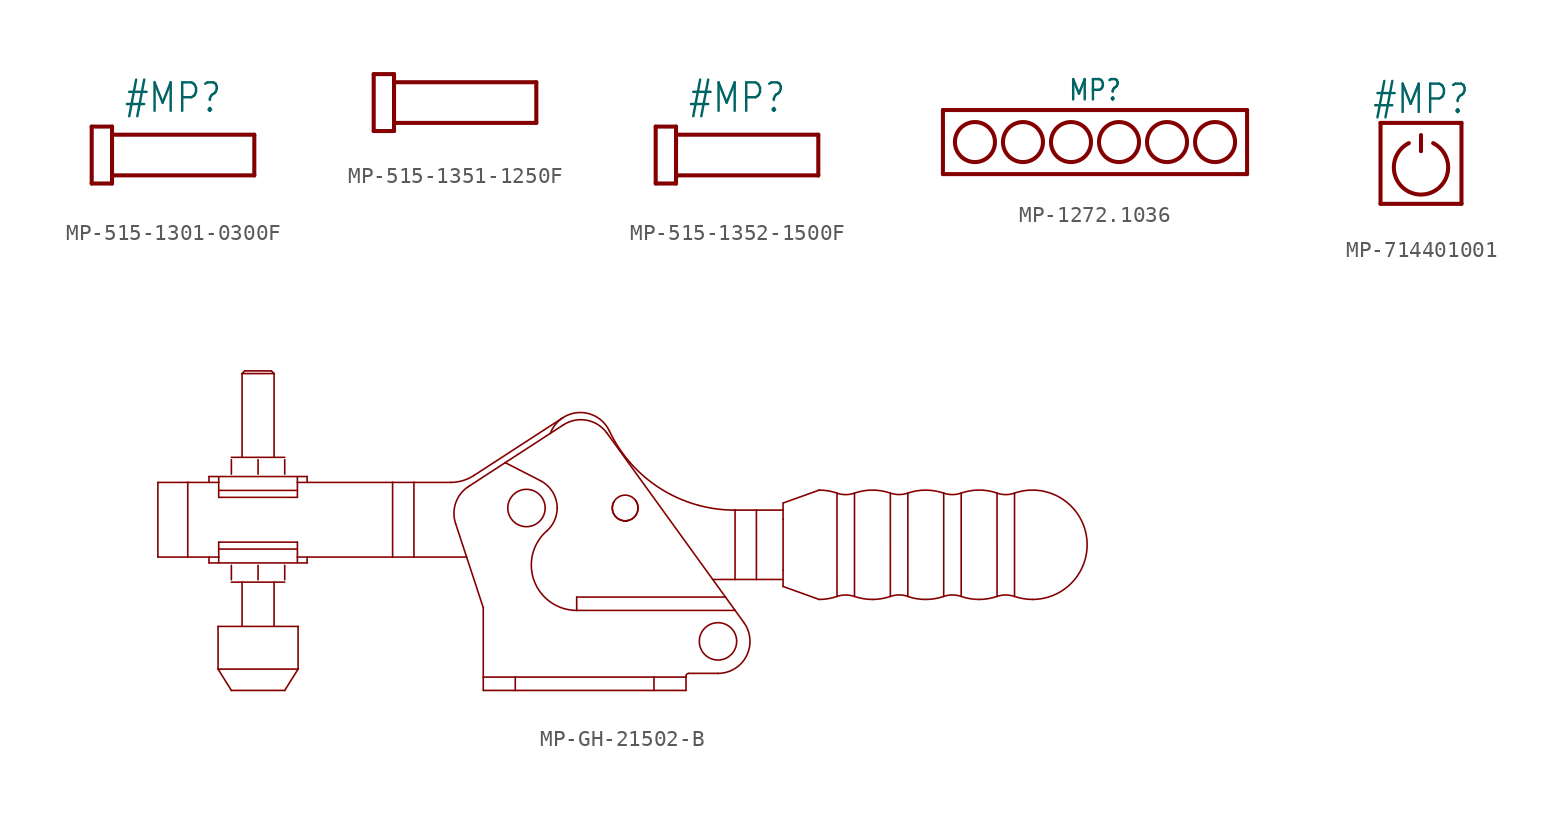
<source format=kicad_sym>
(kicad_symbol_lib
  (version 20231120)
  (generator "kicad_symbol_editor")
  (generator_version "8.0")
  (symbol "MP-515-1301-0300F"
    (property "Reference" "#MP"
      (at 0 2.54 0)
      (effects (font (size 1.778 1.511)) (justify bottom)))
    (property "Value" ""
      (at 0 -2.54 0)
      (effects (font (size 1.778 1.511)) (justify top)))
    (property "ki_locked" ""
      (at 0 0 0)
      (effects (font (size 1.27 1.27))))
    (symbol "MP-515-1301-0300F_1_0"
      (polyline (pts (xy -5.08 -1.778) (xy -5.08 1.778)) (stroke (width 0.254) (type solid)) (fill (type none)))
      (polyline (pts (xy -5.08 -1.778) (xy -3.81 -1.778)) (stroke (width 0.254) (type solid)) (fill (type none)))
      (polyline (pts (xy -3.81 -1.778) (xy -3.81 -1.27)) (stroke (width 0.254) (type solid)) (fill (type none)))
      (polyline (pts (xy -3.81 -1.27) (xy 5.08 -1.27)) (stroke (width 0.254) (type solid)) (fill (type none)))
      (polyline (pts (xy -3.81 1.27) (xy -3.81 -1.27)) (stroke (width 0.254) (type solid)) (fill (type none)))
      (polyline (pts (xy -3.81 1.27) (xy -3.81 1.778)) (stroke (width 0.254) (type solid)) (fill (type none)))
      (polyline (pts (xy -3.81 1.778) (xy -5.08 1.778)) (stroke (width 0.254) (type solid)) (fill (type none)))
      (polyline (pts (xy 5.08 -1.27) (xy 5.08 1.27)) (stroke (width 0.254) (type solid)) (fill (type none)))
      (polyline (pts (xy 5.08 1.27) (xy -3.81 1.27)) (stroke (width 0.254) (type solid)) (fill (type none)))))
  (symbol "MP-515-1351-1250F"
    (property "Reference" ""
      (at 0 2.54 0)
      (effects (font (size 1.778 1.511)) (justify bottom) (hide yes)))
    (property "Value" ""
      (at 0 -2.54 0)
      (effects (font (size 1.778 1.511)) (justify top)))
    (property "ki_locked" ""
      (at 0 0 0)
      (effects (font (size 1.27 1.27))))
    (symbol "MP-515-1351-1250F_1_0"
      (polyline (pts (xy -5.08 -1.778) (xy -5.08 1.778)) (stroke (width 0.254) (type solid)) (fill (type none)))
      (polyline (pts (xy -5.08 -1.778) (xy -3.81 -1.778)) (stroke (width 0.254) (type solid)) (fill (type none)))
      (polyline (pts (xy -3.81 -1.778) (xy -3.81 -1.27)) (stroke (width 0.254) (type solid)) (fill (type none)))
      (polyline (pts (xy -3.81 -1.27) (xy 5.08 -1.27)) (stroke (width 0.254) (type solid)) (fill (type none)))
      (polyline (pts (xy -3.81 1.27) (xy -3.81 -1.27)) (stroke (width 0.254) (type solid)) (fill (type none)))
      (polyline (pts (xy -3.81 1.27) (xy -3.81 1.778)) (stroke (width 0.254) (type solid)) (fill (type none)))
      (polyline (pts (xy -3.81 1.778) (xy -5.08 1.778)) (stroke (width 0.254) (type solid)) (fill (type none)))
      (polyline (pts (xy 5.08 -1.27) (xy 5.08 1.27)) (stroke (width 0.254) (type solid)) (fill (type none)))
      (polyline (pts (xy 5.08 1.27) (xy -3.81 1.27)) (stroke (width 0.254) (type solid)) (fill (type none)))))
  (symbol "MP-515-1352-1500F"
    (property "Reference" "#MP"
      (at 0 2.54 0)
      (effects (font (size 1.778 1.511)) (justify bottom)))
    (property "Value" ""
      (at 0 -2.54 0)
      (effects (font (size 1.778 1.511)) (justify top)))
    (property "ki_locked" ""
      (at 0 0 0)
      (effects (font (size 1.27 1.27))))
    (symbol "MP-515-1352-1500F_1_0"
      (polyline (pts (xy -5.08 -1.778) (xy -5.08 1.778)) (stroke (width 0.254) (type solid)) (fill (type none)))
      (polyline (pts (xy -5.08 -1.778) (xy -3.81 -1.778)) (stroke (width 0.254) (type solid)) (fill (type none)))
      (polyline (pts (xy -3.81 -1.778) (xy -3.81 -1.27)) (stroke (width 0.254) (type solid)) (fill (type none)))
      (polyline (pts (xy -3.81 -1.27) (xy 5.08 -1.27)) (stroke (width 0.254) (type solid)) (fill (type none)))
      (polyline (pts (xy -3.81 1.27) (xy -3.81 -1.27)) (stroke (width 0.254) (type solid)) (fill (type none)))
      (polyline (pts (xy -3.81 1.27) (xy -3.81 1.778)) (stroke (width 0.254) (type solid)) (fill (type none)))
      (polyline (pts (xy -3.81 1.778) (xy -5.08 1.778)) (stroke (width 0.254) (type solid)) (fill (type none)))
      (polyline (pts (xy 5.08 -1.27) (xy 5.08 1.27)) (stroke (width 0.254) (type solid)) (fill (type none)))
      (polyline (pts (xy 5.08 1.27) (xy -3.81 1.27)) (stroke (width 0.254) (type solid)) (fill (type none)))))
  (symbol "MP-1272.1036"
    (property "Reference" "MP"
      (at 0 2.5 0)
      (effects (font (size 1.27 1.079)) (justify bottom)))
    (property "Value" ""
      (at 0 -2.5 0)
      (effects (font (size 1.27 1.079)) (justify top)))
    (property "ki_locked" ""
      (at 0 0 0)
      (effects (font (size 1.27 1.27))))
    (symbol "MP-1272.1036_1_0"
      (circle (center -7.5 0) (radius 1.25) (stroke (width 0.254) (type solid)) (fill (type none)))
      (circle (center -4.5 0) (radius 1.25) (stroke (width 0.254) (type solid)) (fill (type none)))
      (circle (center -1.5 0) (radius 1.25) (stroke (width 0.254) (type solid)) (fill (type none)))
      (polyline (pts (xy -9.5 -2) (xy -9.5 2)) (stroke (width 0.254) (type solid)) (fill (type none)))
      (polyline (pts (xy -9.5 2) (xy 9.5 2)) (stroke (width 0.254) (type solid)) (fill (type none)))
      (polyline (pts (xy 9.5 -2) (xy -9.5 -2)) (stroke (width 0.254) (type solid)) (fill (type none)))
      (polyline (pts (xy 9.5 2) (xy 9.5 -2)) (stroke (width 0.254) (type solid)) (fill (type none)))
      (circle (center 1.5 0) (radius 1.25) (stroke (width 0.254) (type solid)) (fill (type none)))
      (circle (center 4.5 0) (radius 1.25) (stroke (width 0.254) (type solid)) (fill (type none)))
      (circle (center 7.5 0) (radius 1.25) (stroke (width 0.254) (type solid)) (fill (type none)))))
  (symbol "MP-714401001"
    (property "Reference" "#MP"
      (at 0 3 0)
      (effects (font (size 1.778 1.511)) (justify bottom)))
    (property "Value" ""
      (at 0 -3 0)
      (effects (font (size 1.778 1.511)) (justify top)))
    (property "ki_locked" ""
      (at 0 0 0)
      (effects (font (size 1.27 1.27))))
    (symbol "MP-714401001_1_0"
      (arc (start -0.762 1.27) (mid 0 -1.9579) (end 0.762 1.27) (stroke (width 0.254) (type solid)) (fill (type none)))
      (polyline (pts (xy -2.54 -2.54) (xy 2.54 -2.54)) (stroke (width 0.254) (type solid)) (fill (type none)))
      (polyline (pts (xy -2.54 2.54) (xy -2.54 -2.54)) (stroke (width 0.254) (type solid)) (fill (type none)))
      (polyline (pts (xy 0 1.778) (xy 0 0.762)) (stroke (width 0.254) (type solid)) (fill (type none)))
      (polyline (pts (xy 2.54 -2.54) (xy 2.54 2.54)) (stroke (width 0.254) (type solid)) (fill (type none)))
      (polyline (pts (xy 2.54 2.54) (xy -2.54 2.54)) (stroke (width 0.254) (type solid)) (fill (type none)))))
  (symbol "MP-GH-21502-B"
    (property "Reference" "MP"
      (at 0 0 0)
      (effects (font (size 1.27 1.27)) (hide yes)))
    (property "ki_locked" ""
      (at 0 0 0)
      (effects (font (size 1.27 1.27))))
    (symbol "MP-GH-21502-B_1_0"
      (arc (start -9.0965 4.3844) (mid -8.3391 4.4942) (end -7.6441 4.8146) (stroke (width 0.1016) (type solid)) (fill (type none)))
      (arc (start -7.9793 4.1284) (mid -8.7764 3.1155) (end -8.7901 1.8267) (stroke (width 0.1016) (type solid)) (fill (type none)))
      (circle (center -4.357 2.784) (radius 1.167) (stroke (width 0.102) (type solid)) (fill (type none)))
      (arc (start -3.0909 1.3452) (mid -2.6104 1.9946) (end -2.4401 2.7843) (stroke (width 0.1016) (type solid)) (fill (type none)))
      (arc (start -3.0909 1.3452) (mid -3.8705 -1.7823) (end -1.2195 -3.6155) (stroke (width 0.1016) (type solid)) (fill (type none)))
      (arc (start -2.4401 2.7844) (mid -2.7217 3.7844) (end -3.4836 4.4906) (stroke (width 0.1016) (type solid)) (fill (type none)))
      (polyline (pts (xy -27.39 4.384) (xy -27.39 -0.282)) (stroke (width 0.102) (type solid)) (fill (type none)))
      (polyline (pts (xy -27.39 4.384) (xy -25.523 4.384)) (stroke (width 0.102) (type solid)) (fill (type none)))
      (polyline (pts (xy -25.523 -0.282) (xy -27.39 -0.282)) (stroke (width 0.102) (type solid)) (fill (type none)))
      (polyline (pts (xy -25.523 -0.282) (xy -25.523 4.384)) (stroke (width 0.102) (type solid)) (fill (type none)))
      (polyline (pts (xy -25.523 4.384) (xy -23.589 4.384)) (stroke (width 0.102) (type solid)) (fill (type none)))
      (polyline (pts (xy -24.197 -0.282) (xy -24.197 -0.649)) (stroke (width 0.102) (type solid)) (fill (type none)))
      (polyline (pts (xy -24.197 4.751) (xy -24.197 4.384)) (stroke (width 0.102) (type solid)) (fill (type none)))
      (polyline (pts (xy -24.197 4.751) (xy -18.064 4.751)) (stroke (width 0.102) (type solid)) (fill (type none)))
      (polyline (pts (xy -23.63 -7.282) (xy -22.797 -8.616)) (stroke (width 0.102) (type solid)) (fill (type none)))
      (polyline (pts (xy -23.63 -7.282) (xy -18.63 -7.282)) (stroke (width 0.102) (type solid)) (fill (type none)))
      (polyline (pts (xy -23.63 -4.615) (xy -23.63 -7.282)) (stroke (width 0.102) (type solid)) (fill (type none)))
      (polyline (pts (xy -23.63 -4.615) (xy -18.63 -4.615)) (stroke (width 0.102) (type solid)) (fill (type none)))
      (polyline (pts (xy -23.589 -0.633) (xy -23.589 -0.282)) (stroke (width 0.102) (type solid)) (fill (type none)))
      (polyline (pts (xy -23.589 -0.282) (xy -25.523 -0.282)) (stroke (width 0.102) (type solid)) (fill (type none)))
      (polyline (pts (xy -23.589 -0.282) (xy -23.589 0.218)) (stroke (width 0.102) (type solid)) (fill (type none)))
      (polyline (pts (xy -23.589 0.218) (xy -23.589 0.651)) (stroke (width 0.102) (type solid)) (fill (type none)))
      (polyline (pts (xy -23.589 0.218) (xy -18.672 0.218)) (stroke (width 0.102) (type solid)) (fill (type none)))
      (polyline (pts (xy -23.589 3.451) (xy -23.589 3.884)) (stroke (width 0.102) (type solid)) (fill (type none)))
      (polyline (pts (xy -23.589 3.451) (xy -18.672 3.451)) (stroke (width 0.102) (type solid)) (fill (type none)))
      (polyline (pts (xy -23.589 3.884) (xy -23.589 4.384)) (stroke (width 0.102) (type solid)) (fill (type none)))
      (polyline (pts (xy -23.589 4.384) (xy -23.589 4.735)) (stroke (width 0.102) (type solid)) (fill (type none)))
      (polyline (pts (xy -22.797 -8.616) (xy -19.464 -8.616)) (stroke (width 0.102) (type solid)) (fill (type none)))
      (polyline (pts (xy -22.797 -0.798) (xy -22.797 -1.7)) (stroke (width 0.102) (type solid)) (fill (type none)))
      (polyline (pts (xy -22.797 5.802) (xy -22.797 4.9)) (stroke (width 0.102) (type solid)) (fill (type none)))
      (polyline (pts (xy -22.13 -1.849) (xy -22.13 -4.615)) (stroke (width 0.102) (type solid)) (fill (type none)))
      (polyline (pts (xy -22.13 11.184) (xy -22.13 5.951)) (stroke (width 0.102) (type solid)) (fill (type none)))
      (polyline (pts (xy -21.964 11.351) (xy -22.13 11.184)) (stroke (width 0.102) (type solid)) (fill (type none)))
      (polyline (pts (xy -21.964 11.351) (xy -20.297 11.351)) (stroke (width 0.102) (type solid)) (fill (type none)))
      (polyline (pts (xy -21.13 -0.798) (xy -21.13 -1.7)) (stroke (width 0.102) (type solid)) (fill (type none)))
      (polyline (pts (xy -21.13 5.802) (xy -21.13 4.9)) (stroke (width 0.102) (type solid)) (fill (type none)))
      (polyline (pts (xy -20.13 -4.615) (xy -20.13 -1.849)) (stroke (width 0.102) (type solid)) (fill (type none)))
      (polyline (pts (xy -20.13 5.951) (xy -20.13 11.184)) (stroke (width 0.102) (type solid)) (fill (type none)))
      (polyline (pts (xy -20.13 11.184) (xy -22.13 11.184)) (stroke (width 0.102) (type solid)) (fill (type none)))
      (polyline (pts (xy -20.13 11.184) (xy -20.297 11.351)) (stroke (width 0.102) (type solid)) (fill (type none)))
      (polyline (pts (xy -19.464 -8.616) (xy -18.63 -7.282)) (stroke (width 0.102) (type solid)) (fill (type none)))
      (polyline (pts (xy -19.464 -1.849) (xy -22.797 -1.849)) (stroke (width 0.102) (type solid)) (fill (type none)))
      (polyline (pts (xy -19.464 -1.7) (xy -19.464 -0.798)) (stroke (width 0.102) (type solid)) (fill (type none)))
      (polyline (pts (xy -19.464 4.9) (xy -19.464 5.802)) (stroke (width 0.102) (type solid)) (fill (type none)))
      (polyline (pts (xy -19.464 5.951) (xy -22.797 5.951)) (stroke (width 0.102) (type solid)) (fill (type none)))
      (polyline (pts (xy -18.672 -0.282) (xy -18.672 -0.633)) (stroke (width 0.102) (type solid)) (fill (type none)))
      (polyline (pts (xy -18.672 0.218) (xy -18.672 -0.282)) (stroke (width 0.102) (type solid)) (fill (type none)))
      (polyline (pts (xy -18.672 0.651) (xy -23.589 0.651)) (stroke (width 0.102) (type solid)) (fill (type none)))
      (polyline (pts (xy -18.672 0.651) (xy -18.672 0.218)) (stroke (width 0.102) (type solid)) (fill (type none)))
      (polyline (pts (xy -18.672 3.884) (xy -23.589 3.884)) (stroke (width 0.102) (type solid)) (fill (type none)))
      (polyline (pts (xy -18.672 3.884) (xy -18.672 3.451)) (stroke (width 0.102) (type solid)) (fill (type none)))
      (polyline (pts (xy -18.672 4.384) (xy -18.672 3.884)) (stroke (width 0.102) (type solid)) (fill (type none)))
      (polyline (pts (xy -18.672 4.384) (xy -12.723 4.384)) (stroke (width 0.102) (type solid)) (fill (type none)))
      (polyline (pts (xy -18.672 4.735) (xy -18.672 4.384)) (stroke (width 0.102) (type solid)) (fill (type none)))
      (polyline (pts (xy -18.63 -7.282) (xy -18.63 -4.615)) (stroke (width 0.102) (type solid)) (fill (type none)))
      (polyline (pts (xy -18.064 -0.649) (xy -24.197 -0.649)) (stroke (width 0.102) (type solid)) (fill (type none)))
      (polyline (pts (xy -18.064 -0.649) (xy -18.064 -0.282)) (stroke (width 0.102) (type solid)) (fill (type none)))
      (polyline (pts (xy -18.064 4.384) (xy -18.064 4.751)) (stroke (width 0.102) (type solid)) (fill (type none)))
      (polyline (pts (xy -12.723 -0.282) (xy -18.672 -0.282)) (stroke (width 0.102) (type solid)) (fill (type none)))
      (polyline (pts (xy -12.723 -0.282) (xy -12.723 4.384)) (stroke (width 0.102) (type solid)) (fill (type none)))
      (polyline (pts (xy -12.723 4.384) (xy -11.39 4.384)) (stroke (width 0.102) (type solid)) (fill (type none)))
      (polyline (pts (xy -11.39 -0.282) (xy -12.723 -0.282)) (stroke (width 0.102) (type solid)) (fill (type none)))
      (polyline (pts (xy -11.39 -0.282) (xy -11.39 4.384)) (stroke (width 0.102) (type solid)) (fill (type none)))
      (polyline (pts (xy -11.39 4.384) (xy -9.097 4.384)) (stroke (width 0.102) (type solid)) (fill (type none)))
      (polyline (pts (xy -8.79 1.827) (xy -7.057 -3.449)) (stroke (width 0.102) (type solid)) (fill (type none)))
      (polyline (pts (xy -8.097 -0.282) (xy -11.39 -0.282)) (stroke (width 0.102) (type solid)) (fill (type none)))
      (polyline (pts (xy -7.644 4.815) (xy -2.079 8.428)) (stroke (width 0.102) (type solid)) (fill (type none)))
      (polyline (pts (xy -7.057 -8.616) (xy -5.057 -8.616)) (stroke (width 0.102) (type solid)) (fill (type none)))
      (polyline (pts (xy -7.057 -7.782) (xy -7.057 -8.616)) (stroke (width 0.102) (type solid)) (fill (type none)))
      (polyline (pts (xy -7.057 -3.449) (xy -7.057 -7.782)) (stroke (width 0.102) (type solid)) (fill (type none)))
      (polyline (pts (xy -5.686 5.618) (xy -7.979 4.128)) (stroke (width 0.102) (type solid)) (fill (type none)))
      (polyline (pts (xy -5.686 5.618) (xy -3.483 4.491)) (stroke (width 0.102) (type solid)) (fill (type none)))
      (polyline (pts (xy -5.057 -8.616) (xy 3.61 -8.616)) (stroke (width 0.102) (type solid)) (fill (type none)))
      (polyline (pts (xy -5.057 -7.782) (xy -7.057 -7.782)) (stroke (width 0.102) (type solid)) (fill (type none)))
      (polyline (pts (xy -5.057 -7.782) (xy -5.057 -8.616)) (stroke (width 0.102) (type solid)) (fill (type none)))
      (polyline (pts (xy -4.88 6.141) (xy -5.686 5.618)) (stroke (width 0.102) (type solid)) (fill (type none)))
      (polyline (pts (xy -2.046 7.982) (xy -4.88 6.141)) (stroke (width 0.102) (type solid)) (fill (type none)))
      (polyline (pts (xy -1.22 -3.615) (xy -1.22 -2.782)) (stroke (width 0.102) (type solid)) (fill (type none)))
      (polyline (pts (xy -1.22 -3.615) (xy 8.68 -3.615)) (stroke (width 0.102) (type solid)) (fill (type none)))
      (polyline (pts (xy -1.22 -2.782) (xy 8.078 -2.782)) (stroke (width 0.102) (type solid)) (fill (type none)))
      (polyline (pts (xy 1.715 1.985) (xy 1.81 1.98)) (stroke (width 0.102) (type solid)) (fill (type none)))
      (polyline (pts (xy 1.81 1.98) (xy 1.942 1.991)) (stroke (width 0.102) (type solid)) (fill (type none)))
      (polyline (pts (xy 1.942 1.991) (xy 1.715 1.985)) (stroke (width 0.102) (type solid)) (fill (type none)))
      (polyline (pts (xy 3.61 -8.616) (xy 3.61 -7.782)) (stroke (width 0.102) (type solid)) (fill (type none)))
      (polyline (pts (xy 3.61 -8.616) (xy 5.61 -8.616)) (stroke (width 0.102) (type solid)) (fill (type none)))
      (polyline (pts (xy 3.61 -7.782) (xy -5.057 -7.782)) (stroke (width 0.102) (type solid)) (fill (type none)))
      (polyline (pts (xy 5.61 -8.616) (xy 5.61 -7.782)) (stroke (width 0.102) (type solid)) (fill (type none)))
      (polyline (pts (xy 5.61 -7.782) (xy 3.61 -7.782)) (stroke (width 0.102) (type solid)) (fill (type none)))
      (polyline (pts (xy 5.61 -7.782) (xy 5.61 -7.715)) (stroke (width 0.102) (type solid)) (fill (type none)))
      (polyline (pts (xy 5.777 -7.549) (xy 7.61 -7.549)) (stroke (width 0.102) (type solid)) (fill (type none)))
      (polyline (pts (xy 8.078 -2.782) (xy 0.664 7.476)) (stroke (width 0.102) (type solid)) (fill (type none)))
      (polyline (pts (xy 8.65 2.652) (xy 8.677 2.652)) (stroke (width 0.102) (type solid)) (fill (type none)))
      (polyline (pts (xy 8.677 2.652) (xy 10.01 2.652)) (stroke (width 0.102) (type solid)) (fill (type none)))
      (polyline (pts (xy 8.677 -1.681) (xy 7.282 -1.681)) (stroke (width 0.102) (type solid)) (fill (type none)))
      (polyline (pts (xy 8.677 -1.681) (xy 8.677 2.652)) (stroke (width 0.102) (type solid)) (fill (type none)))
      (polyline (pts (xy 8.68 -3.615) (xy 8.078 -2.782)) (stroke (width 0.102) (type solid)) (fill (type none)))
      (polyline (pts (xy 9.231 -4.377) (xy 8.68 -3.615)) (stroke (width 0.102) (type solid)) (fill (type none)))
      (polyline (pts (xy 10.01 2.652) (xy 11.677 2.652)) (stroke (width 0.102) (type solid)) (fill (type none)))
      (polyline (pts (xy 10.011 -1.681) (xy 8.677 -1.681)) (stroke (width 0.102) (type solid)) (fill (type none)))
      (polyline (pts (xy 10.011 -1.681) (xy 10.01 2.652)) (stroke (width 0.102) (type solid)) (fill (type none)))
      (polyline (pts (xy 11.677 2.086) (xy 11.677 -1.114)) (stroke (width 0.102) (type solid)) (fill (type none)))
      (polyline (pts (xy 11.677 2.652) (xy 11.677 2.086)) (stroke (width 0.102) (type solid)) (fill (type none)))
      (polyline (pts (xy 11.677 3.086) (xy 11.677 2.652)) (stroke (width 0.102) (type solid)) (fill (type none)))
      (polyline (pts (xy 11.677 -1.681) (xy 10.011 -1.681)) (stroke (width 0.102) (type solid)) (fill (type none)))
      (polyline (pts (xy 11.677 -1.681) (xy 11.677 -2.114)) (stroke (width 0.102) (type solid)) (fill (type none)))
      (polyline (pts (xy 11.677 -1.114) (xy 11.677 -1.681)) (stroke (width 0.102) (type solid)) (fill (type none)))
      (polyline (pts (xy 11.679 -2.121) (xy 13.927 -2.931)) (stroke (width 0.102) (type solid)) (fill (type none)))
      (polyline (pts (xy 11.684 3.099) (xy 13.927 3.901)) (stroke (width 0.102) (type solid)) (fill (type none)))
      (polyline (pts (xy 13.927 3.901) (xy 13.927 3.902)) (stroke (width 0.102) (type solid)) (fill (type none)))
      (polyline (pts (xy 15.048 -2.742) (xy 15.047 3.714)) (stroke (width 0.102) (type solid)) (fill (type none)))
      (polyline (pts (xy 16.14 3.714) (xy 16.14 -2.742)) (stroke (width 0.102) (type solid)) (fill (type none)))
      (polyline (pts (xy 18.381 -2.742) (xy 18.38 3.714)) (stroke (width 0.102) (type solid)) (fill (type none)))
      (polyline (pts (xy 19.473 3.714) (xy 19.474 -2.741)) (stroke (width 0.102) (type solid)) (fill (type none)))
      (polyline (pts (xy 21.714 -2.741) (xy 21.714 3.714)) (stroke (width 0.102) (type solid)) (fill (type none)))
      (polyline (pts (xy 22.807 3.714) (xy 22.807 -2.741)) (stroke (width 0.102) (type solid)) (fill (type none)))
      (polyline (pts (xy 25.048 -2.741) (xy 25.047 3.715)) (stroke (width 0.102) (type solid)) (fill (type none)))
      (polyline (pts (xy 26.14 3.715) (xy 26.14 -2.741)) (stroke (width 0.102) (type solid)) (fill (type none)))
      (arc (start 0.6642 7.4758) (mid -0.5899 8.2703) (end -2.0461 7.9815) (stroke (width 0.1016) (type solid)) (fill (type none)))
      (arc (start 0.8172 7.6075) (mid -1.0754 8.7492) (end -2.8638 7.4503) (stroke (width 0.1016) (type solid)) (fill (type none)))
      (arc (start 0.8172 7.6075) (mid 4.0154 3.9946) (end 8.6499 2.6519) (stroke (width 0.1016) (type solid)) (fill (type none)))
      (arc (start 1.1136 3.1902) (mid 1.8583 1.9824) (end 2.452 3.2712) (stroke (width 0.1016) (type solid)) (fill (type none)))
      (circle (center 1.81 2.784) (radius 0.805) (stroke (width 0.102) (type solid)) (fill (type none)))
      (arc (start 5.7765 -7.5488) (mid 5.6586 -7.5976) (end 5.6098 -7.7155) (stroke (width 0.1016) (type solid)) (fill (type none)))
      (arc (start 7.6099 -7.5488) (mid 9.3908 -6.459) (end 9.2309 -4.3773) (stroke (width 0.1016) (type solid)) (fill (type none)))
      (circle (center 7.61 -5.549) (radius 1.167) (stroke (width 0.102) (type solid)) (fill (type none)))
      (arc (start 13.9274 -2.9309) (mid 14.4954 -2.8833) (end 15.0476 -2.7419) (stroke (width 0.1016) (type solid)) (fill (type none)))
      (arc (start 15.047 3.7136) (mid 14.4948 3.8549) (end 13.9268 3.9024) (stroke (width 0.1016) (type solid)) (fill (type none)))
      (arc (start 15.047 3.7136) (mid 15.5935 3.6215) (end 16.1399 3.7137) (stroke (width 0.1016) (type solid)) (fill (type none)))
      (arc (start 16.1405 -2.7418) (mid 15.594 -2.6497) (end 15.0476 -2.7419) (stroke (width 0.1016) (type solid)) (fill (type none)))
      (arc (start 16.1405 -2.7418) (mid 16.6927 -2.8831) (end 17.2607 -2.9306) (stroke (width 0.1016) (type solid)) (fill (type none)))
      (arc (start 17.2607 -2.9306) (mid 17.8287 -2.883) (end 18.3809 -2.7416) (stroke (width 0.1016) (type solid)) (fill (type none)))
      (arc (start 18.3803 3.7139) (mid 17.26 3.9027) (end 16.1398 3.7137) (stroke (width 0.1016) (type solid)) (fill (type none)))
      (arc (start 18.3803 3.7139) (mid 18.9268 3.6218) (end 19.4732 3.714) (stroke (width 0.1016) (type solid)) (fill (type none)))
      (arc (start 19.4738 -2.7415) (mid 18.9273 -2.6494) (end 18.3809 -2.7416) (stroke (width 0.1016) (type solid)) (fill (type none)))
      (arc (start 19.4738 -2.7415) (mid 20.026 -2.8828) (end 20.594 -2.9303) (stroke (width 0.1016) (type solid)) (fill (type none)))
      (arc (start 20.594 -2.9303) (mid 21.162 -2.8827) (end 21.7142 -2.7413) (stroke (width 0.1016) (type solid)) (fill (type none)))
      (arc (start 21.7137 3.7142) (mid 20.5934 3.903) (end 19.4732 3.714) (stroke (width 0.1016) (type solid)) (fill (type none)))
      (arc (start 21.7137 3.7142) (mid 22.2602 3.6221) (end 22.8066 3.7143) (stroke (width 0.1016) (type solid)) (fill (type none)))
      (arc (start 22.8071 -2.7412) (mid 22.2606 -2.6491) (end 21.7142 -2.7413) (stroke (width 0.1016) (type solid)) (fill (type none)))
      (arc (start 22.8071 -2.7412) (mid 23.3593 -2.8825) (end 23.9274 -2.93) (stroke (width 0.1016) (type solid)) (fill (type none)))
      (arc (start 23.9274 -2.93) (mid 24.4954 -2.8824) (end 25.0476 -2.741) (stroke (width 0.1016) (type solid)) (fill (type none)))
      (arc (start 25.047 3.7145) (mid 23.9267 3.9033) (end 22.8065 3.7143) (stroke (width 0.1016) (type solid)) (fill (type none)))
      (arc (start 25.047 3.7145) (mid 25.5935 3.6224) (end 26.1399 3.7146) (stroke (width 0.1016) (type solid)) (fill (type none)))
      (arc (start 26.1405 -2.7409) (mid 25.594 -2.6488) (end 25.0476 -2.741) (stroke (width 0.1016) (type solid)) (fill (type none)))
      (arc (start 26.1405 -2.7409) (mid 26.6927 -2.8822) (end 27.2607 -2.9297) (stroke (width 0.1016) (type solid)) (fill (type none)))
      (arc (start 27.2607 -2.9297) (mid 30.6293 1.0553) (end 26.1397 3.7145) (stroke (width 0.1016) (type solid)) (fill (type none))))))
</source>
